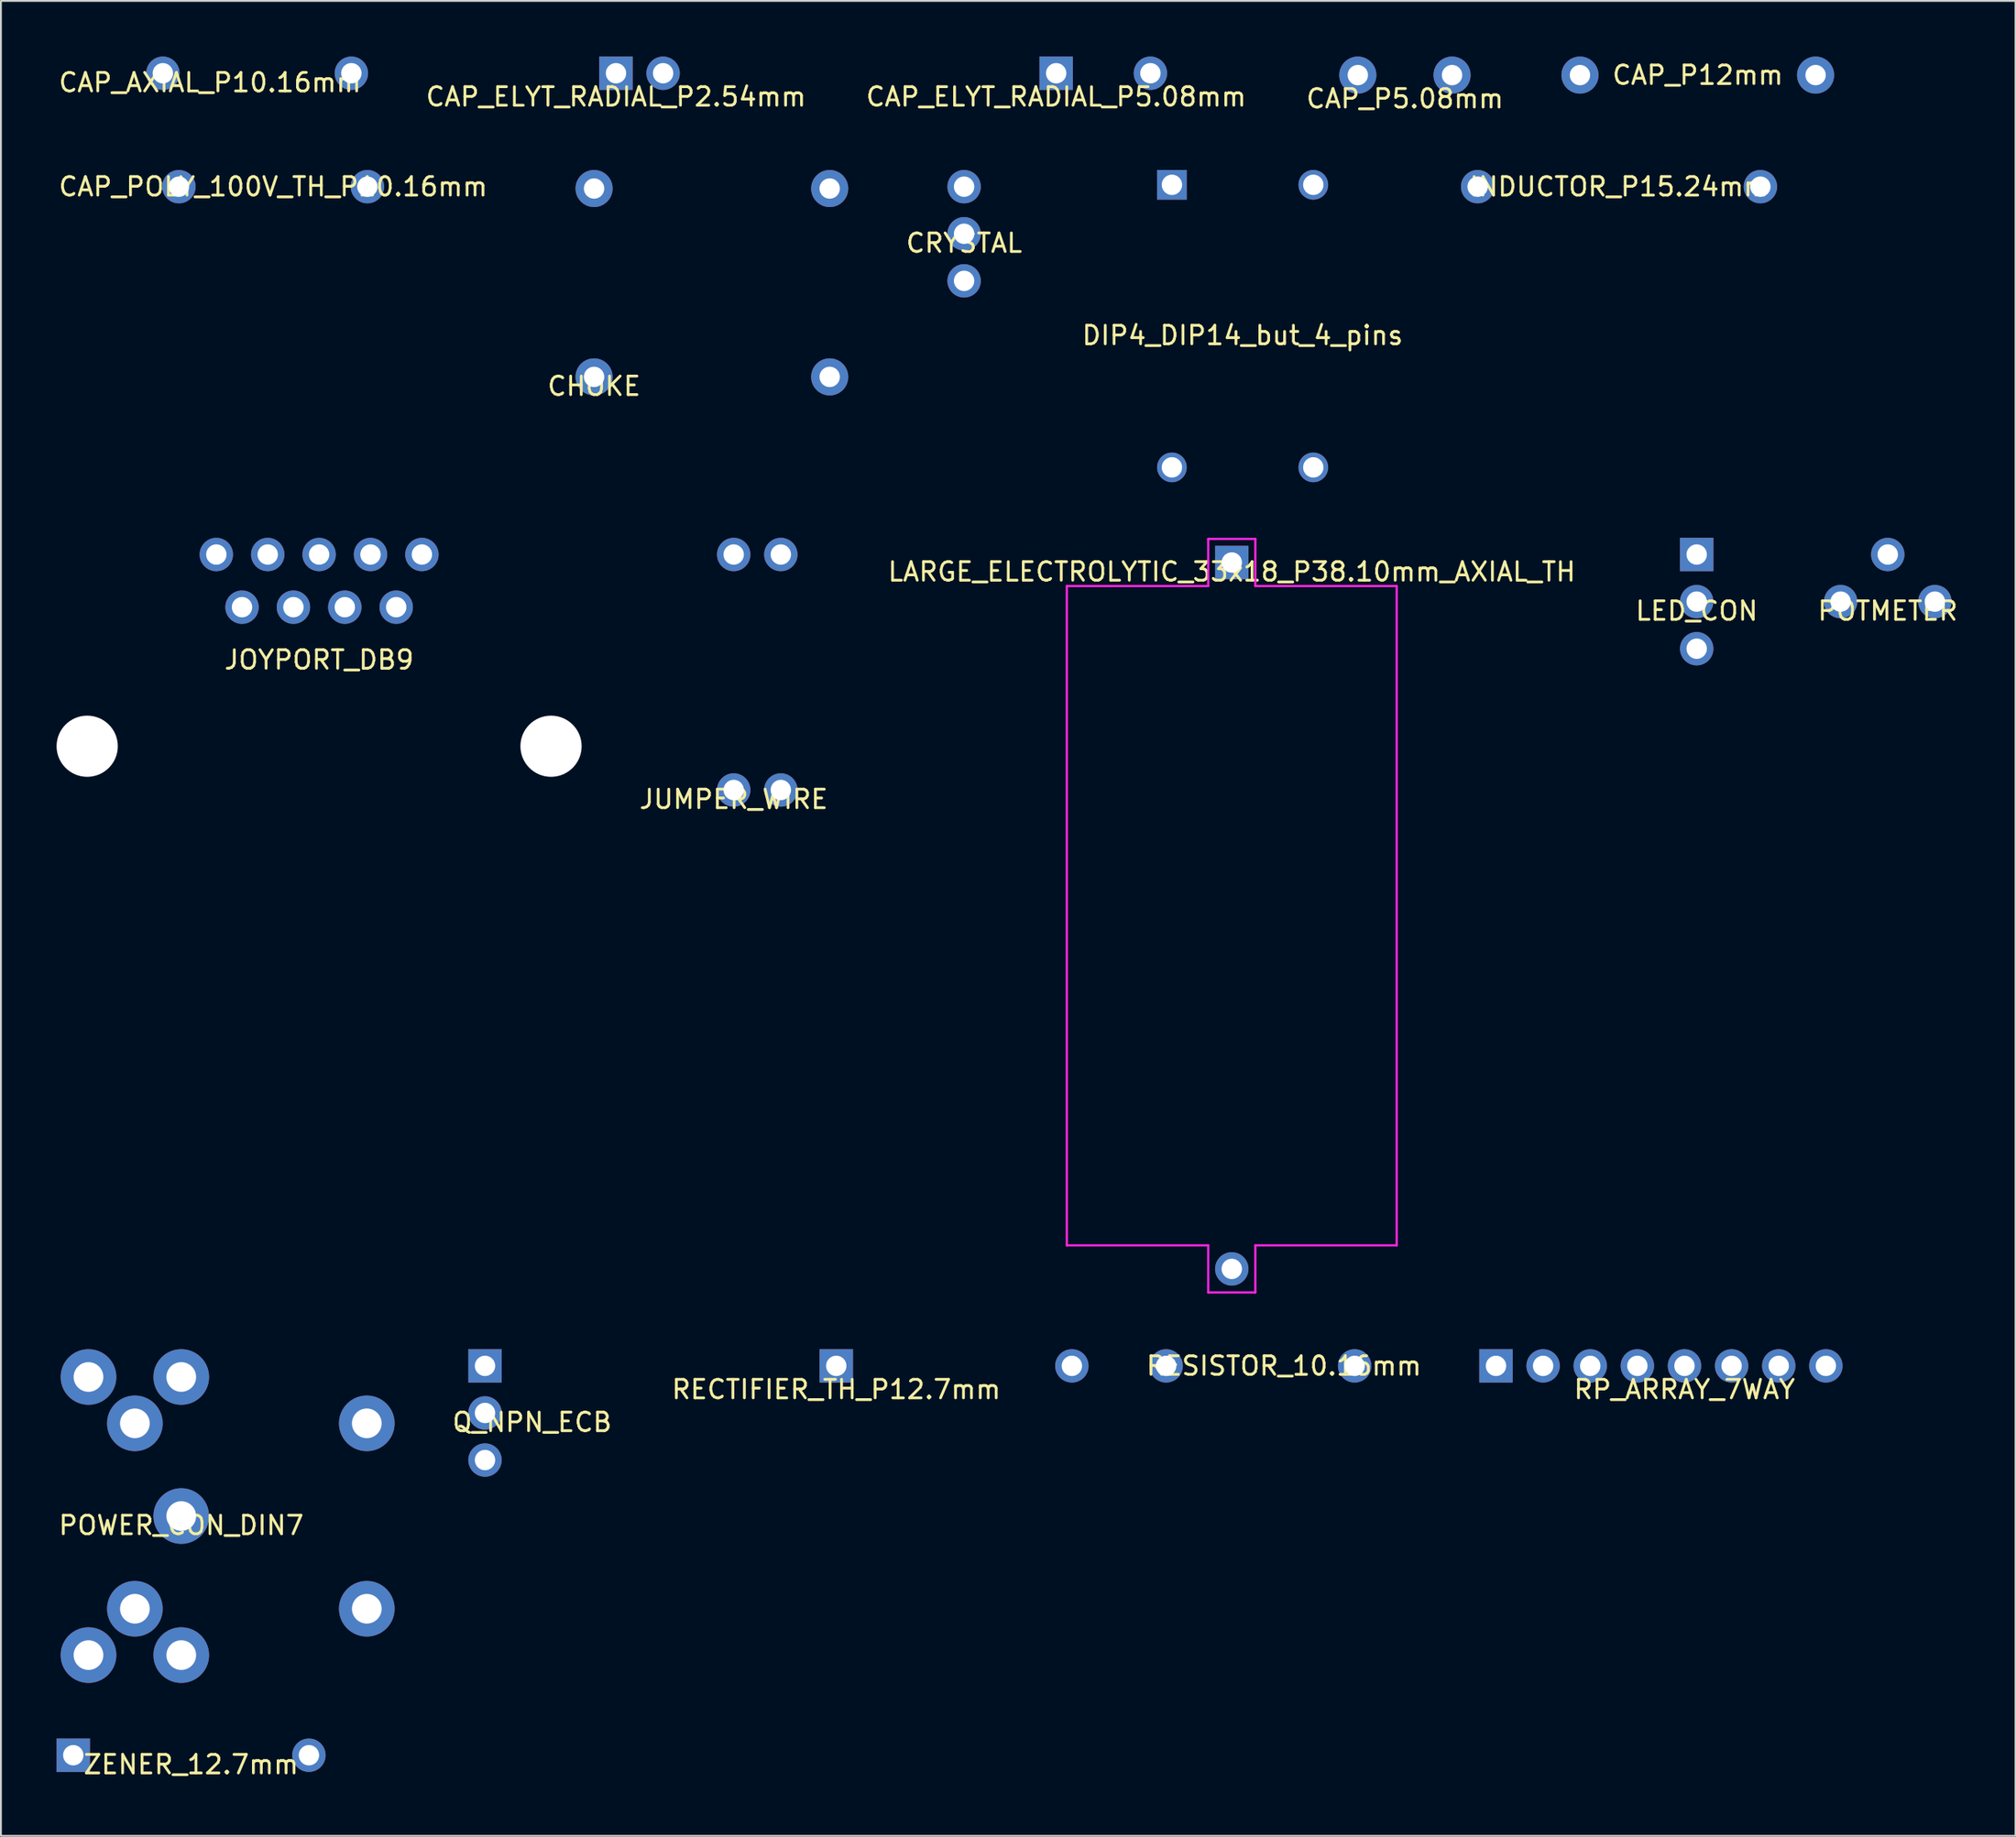
<source format=kicad_pcb>
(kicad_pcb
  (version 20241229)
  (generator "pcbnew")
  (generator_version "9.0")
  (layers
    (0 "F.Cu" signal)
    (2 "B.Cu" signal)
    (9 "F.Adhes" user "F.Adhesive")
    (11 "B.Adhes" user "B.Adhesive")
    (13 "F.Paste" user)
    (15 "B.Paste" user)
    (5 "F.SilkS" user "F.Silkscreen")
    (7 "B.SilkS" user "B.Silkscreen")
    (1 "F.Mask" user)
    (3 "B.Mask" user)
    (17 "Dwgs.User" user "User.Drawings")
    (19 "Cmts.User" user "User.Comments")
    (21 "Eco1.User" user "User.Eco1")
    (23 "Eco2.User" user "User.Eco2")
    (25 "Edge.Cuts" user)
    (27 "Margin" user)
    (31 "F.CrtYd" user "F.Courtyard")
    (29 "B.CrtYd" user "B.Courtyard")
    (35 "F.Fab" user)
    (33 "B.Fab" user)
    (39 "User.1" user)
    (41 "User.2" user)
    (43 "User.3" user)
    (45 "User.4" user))
  (footprint "RP_ARRAY_7WAY"
    (layer "F.Cu")
    (at 77.583 70.618)
    (property "Reference" "RP_ARRAY_7WAY" (at 10.16 1.27 0) (layer "F.SilkS") (effects (font (size 1 1) (thickness 0.15))))
    (attr through_hole)
    (pad "1" thru_hole rect (at 0 0) (size 1.8 1.8) (drill 1.1) (layers "*.Cu" "*.Mask"))
    (pad "2" thru_hole circle (at 2.54 0) (size 1.8 1.8) (drill 1.1) (layers "*.Cu" "*.Mask"))
    (pad "3" thru_hole circle (at 5.08 0) (size 1.8 1.8) (drill 1.1) (layers "*.Cu" "*.Mask"))
    (pad "4" thru_hole circle (at 7.62 0) (size 1.8 1.8) (drill 1.1) (layers "*.Cu" "*.Mask"))
    (pad "5" thru_hole circle (at 10.16 0) (size 1.8 1.8) (drill 1.1) (layers "*.Cu" "*.Mask"))
    (pad "6" thru_hole circle (at 12.7 0) (size 1.8 1.8) (drill 1.1) (layers "*.Cu" "*.Mask"))
    (pad "7" thru_hole circle (at 15.24 0) (size 1.8 1.8) (drill 1.1) (layers "*.Cu" "*.Mask"))
    (pad "8" thru_hole circle (at 17.78 0) (size 1.8 1.8) (drill 1.1) (layers "*.Cu" "*.Mask")))
  (footprint "POWER_CON_DIN7"
    (layer "F.Cu")
    (at 6.72 78.718)
    (property "Reference" "POWER_CON_DIN7" (at 0 0.5 0) (layer "F.SilkS") (effects (font (size 1 1) (thickness 0.15))))
    (attr through_hole)
    (pad "1" thru_hole circle (at 0 -7.5) (size 3 3) (drill 1.6) (layers "*.Cu" "*.Mask"))
    (pad "1" thru_hole circle (at 10 -5) (size 3 3) (drill 1.6) (layers "*.Cu" "*.Mask"))
    (pad "1" thru_hole circle (at 10 5) (size 3 3) (drill 1.6) (layers "*.Cu" "*.Mask"))
    (pad "2" thru_hole circle (at 0 0) (size 3 3) (drill 1.6) (layers "*.Cu" "*.Mask"))
    (pad "3" thru_hole circle (at 0 7.5) (size 3 3) (drill 1.6) (layers "*.Cu" "*.Mask"))
    (pad "4" thru_hole circle (at -2.5 -5) (size 3 3) (drill 1.6) (layers "*.Cu" "*.Mask"))
    (pad "5" thru_hole circle (at -2.5 5) (size 3 3) (drill 1.6) (layers "*.Cu" "*.Mask"))
    (pad "6" thru_hole circle (at -5 -7.5) (size 3 3) (drill 1.6) (layers "*.Cu" "*.Mask"))
    (pad "7" thru_hole circle (at -5 7.5) (size 3 3) (drill 1.6) (layers "*.Cu" "*.Mask")))
  (footprint "LARGE_ELECTROLYTIC_33x18_P38.10mm_AXIAL_TH"
    (layer "F.Cu")
    (at 63.342 27.288)
    (property "Reference" "LARGE_ELECTROLYTIC_33x18_P38.10mm_AXIAL_TH" (at 0 0.5 0) (layer "F.SilkS") (effects (font (size 1 1) (thickness 0.15))))
    (attr through_hole)
    (fp_line (start -8.89 36.83) (end -8.89 1.27) (stroke (width 0.12) (type solid)) (layer "F.CrtYd"))
    (fp_line (start -8.89 36.83) (end -1.27 36.83) (stroke (width 0.12) (type solid)) (layer "F.CrtYd"))
    (fp_line (start -1.27 -1.27) (end -1.27 1.27) (stroke (width 0.12) (type solid)) (layer "F.CrtYd"))
    (fp_line (start -1.27 -1.27) (end 1.27 -1.27) (stroke (width 0.12) (type solid)) (layer "F.CrtYd"))
    (fp_line (start -1.27 1.27) (end -8.89 1.27) (stroke (width 0.12) (type solid)) (layer "F.CrtYd"))
    (fp_line (start -1.27 36.83) (end -1.27 39.37) (stroke (width 0.12) (type solid)) (layer "F.CrtYd"))
    (fp_line (start 1.27 -1.27) (end 1.27 1.27) (stroke (width 0.12) (type solid)) (layer "F.CrtYd"))
    (fp_line (start 1.27 1.27) (end 8.89 1.27) (stroke (width 0.12) (type solid)) (layer "F.CrtYd"))
    (fp_line (start 1.27 36.83) (end 8.89 36.83) (stroke (width 0.12) (type solid)) (layer "F.CrtYd"))
    (fp_line (start 1.27 39.37) (end -1.27 39.37) (stroke (width 0.12) (type solid)) (layer "F.CrtYd"))
    (fp_line (start 1.27 39.37) (end 1.27 36.83) (stroke (width 0.12) (type solid)) (layer "F.CrtYd"))
    (fp_line (start 8.89 1.27) (end 8.89 36.83) (stroke (width 0.12) (type solid)) (layer "F.CrtYd"))
    (pad "1" thru_hole rect (at 0 0) (size 1.8 1.8) (drill 1.1) (layers "*.Cu" "*.Mask"))
    (pad "2" thru_hole circle (at 0 38.1) (size 1.8 1.8) (drill 1.1) (layers "*.Cu" "*.Mask")))
  (footprint "RECTIFIER_TH_P12.7mm"
    (layer "F.Cu")
    (at 42.024 70.618)
    (property "Reference" "RECTIFIER_TH_P12.7mm" (at 0 1.27 0) (layer "F.SilkS") (effects (font (size 1 1) (thickness 0.15))))
    (attr through_hole)
    (pad "1" thru_hole rect (at 0 0) (size 1.8 1.8) (drill 1.1) (layers "*.Cu" "*.Mask"))
    (pad "2" thru_hole circle (at 12.7 0) (size 1.8 1.8) (drill 1.1) (layers "*.Cu" "*.Mask")))
  (footprint "JUMPER_WIRE"
    (layer "F.Cu")
    (at 36.496 39.558)
    (property "Reference" "JUMPER_WIRE" (at 0 0.5 0) (layer "F.SilkS") (effects (font (size 1 1) (thickness 0.15))))
    (attr through_hole)
    (pad "1" thru_hole circle (at 0 -12.7) (size 1.8 1.8) (drill 1.1) (layers "*.Cu" "*.Mask"))
    (pad "2" thru_hole circle (at 2.54 -12.7) (size 1.8 1.8) (drill 1.1) (layers "*.Cu" "*.Mask"))
    (pad "C" thru_hole circle (at 0 0) (size 1.8 1.8) (drill 1.1) (layers "*.Cu" "*.Mask"))
    (pad "C" thru_hole circle (at 2.54 0) (size 1.8 1.8) (drill 1.1) (layers "*.Cu" "*.Mask")))
  (footprint "RESISTOR_10.16mm"
    (layer "F.Cu")
    (at 62.344 70.618)
    (property "Reference" "RESISTOR_10.16mm" (at 3.81 0 0) (layer "F.SilkS") (effects (font (size 1 1) (thickness 0.15))))
    (attr through_hole)
    (pad "1" thru_hole circle (at -2.54 0) (size 1.8 1.8) (drill 1.1) (layers "*.Cu" "*.Mask"))
    (pad "2" thru_hole circle (at 7.62 0) (size 1.8 1.8) (drill 1.1) (layers "*.Cu" "*.Mask")))
  (footprint "CAP_AXIAL_P10.16mm"
    (layer "F.Cu")
    (at 8.268 0.9)
    (property "Reference" "CAP_AXIAL_P10.16mm" (at 0 0.5 0) (layer "F.SilkS") (effects (font (size 1 1) (thickness 0.15))))
    (attr through_hole)
    (pad "1" thru_hole circle (at -2.54 0) (size 1.8 1.8) (drill 1.1) (layers "*.Cu" "*.Mask"))
    (pad "2" thru_hole circle (at 7.62 0) (size 1.8 1.8) (drill 1.1) (layers "*.Cu" "*.Mask")))
  (footprint "CAP_P12mm"
    (layer "F.Cu")
    (at 82.109 1)
    (property "Reference" "CAP_P12mm" (at 6.35 0 0) (layer "F.SilkS") (effects (font (size 1 1) (thickness 0.15))))
    (attr through_hole)
    (pad "1" thru_hole circle (at 0 0) (size 2 2) (drill 1.1) (layers "*.Cu" "*.Mask"))
    (pad "2" thru_hole circle (at 12.7 0) (size 2 2) (drill 1.1) (layers "*.Cu" "*.Mask")))
  (footprint "ZENER_12.7mm"
    (layer "F.Cu")
    (at 0.9 91.618)
    (property "Reference" "ZENER_12.7mm" (at 6.35 0.5 0) (layer "F.SilkS") (effects (font (size 1 1) (thickness 0.15))))
    (attr through_hole)
    (pad "1" thru_hole rect (at 0 0) (size 1.8 1.8) (drill 1.1) (layers "*.Cu" "*.Mask"))
    (pad "2" thru_hole circle (at 12.7 0) (size 1.8 1.8) (drill 1.1) (layers "*.Cu" "*.Mask")))
  (footprint "CAP_ELYT_RADIAL_P5.08mm"
    (layer "F.Cu")
    (at 53.877 0.9)
    (property "Reference" "CAP_ELYT_RADIAL_P5.08mm" (at 0 1.27 0) (layer "F.SilkS") (effects (font (size 1 1) (thickness 0.15))))
    (attr through_hole)
    (pad "1" thru_hole rect (at 0 0) (size 1.8 1.8) (drill 1.1) (layers "*.Cu" "*.Mask"))
    (pad "2" thru_hole circle (at 5.08 0) (size 1.8 1.8) (drill 1.1) (layers "*.Cu" "*.Mask")))
  (footprint "JOYPORT_DB9"
    (layer "F.Cu")
    (at 14.15 29.698)
    (property "Reference" "JOYPORT_DB9" (at 0 2.84 0) (layer "F.SilkS") (effects (font (size 1 1) (thickness 0.15))))
    (attr through_hole)
    (pad "" np_thru_hole circle (at -12.5 7.5) (size 3.3 3.3) (drill 3.3) (layers "*.Cu" "*.Mask"))
    (pad "" np_thru_hole circle (at 12.5 7.5) (size 3.3 3.3) (drill 3.3) (layers "*.Cu" "*.Mask"))
    (pad "1" thru_hole circle (at -5.54 -2.84) (size 1.8 1.8) (drill 1.1) (layers "*.Cu" "*.Mask"))
    (pad "2" thru_hole circle (at -2.77 -2.84) (size 1.8 1.8) (drill 1.1) (layers "*.Cu" "*.Mask"))
    (pad "3" thru_hole circle (at 0 -2.84) (size 1.8 1.8) (drill 1.1) (layers "*.Cu" "*.Mask"))
    (pad "4" thru_hole circle (at 2.77 -2.84) (size 1.8 1.8) (drill 1.1) (layers "*.Cu" "*.Mask"))
    (pad "5" thru_hole circle (at 5.54 -2.84) (size 1.8 1.8) (drill 1.1) (layers "*.Cu" "*.Mask"))
    (pad "6" thru_hole circle (at -4.155 0) (size 1.8 1.8) (drill 1.1) (layers "*.Cu" "*.Mask"))
    (pad "7" thru_hole circle (at -1.385 0) (size 1.8 1.8) (drill 1.1) (layers "*.Cu" "*.Mask"))
    (pad "8" thru_hole circle (at 1.385 0) (size 1.8 1.8) (drill 1.1) (layers "*.Cu" "*.Mask"))
    (pad "9" thru_hole circle (at 4.155 0) (size 1.8 1.8) (drill 1.1) (layers "*.Cu" "*.Mask")))
  (footprint "INDUCTOR_P15.24mm"
    (layer "F.Cu")
    (at 76.594 7.018)
    (property "Reference" "INDUCTOR_P15.24mm" (at 7.62 0 0) (layer "F.SilkS") (effects (font (size 1 1) (thickness 0.15))))
    (attr through_hole)
    (pad "1" thru_hole circle (at 0 0) (size 1.8 1.8) (drill 1.1) (layers "*.Cu" "*.Mask"))
    (pad "2" thru_hole circle (at 15.24 0) (size 1.8 1.8) (drill 1.1) (layers "*.Cu" "*.Mask")))
  (footprint "DIP4_DIP14_but_4_pins"
    (layer "F.Cu")
    (at 63.926 14.538)
    (property "Reference" "DIP4_DIP14_but_4_pins" (at 0 0.5 0) (layer "F.SilkS") (effects (font (size 1 1) (thickness 0.15))))
    (attr through_hole)
    (pad "1" thru_hole rect (at -3.81 -7.62) (size 1.6 1.6) (drill 1.1) (layers "*.Cu" "*.Mask"))
    (pad "2" thru_hole circle (at -3.81 7.62) (size 1.6 1.6) (drill 1.1) (layers "*.Cu" "*.Mask"))
    (pad "3" thru_hole circle (at 3.81 7.62) (size 1.6 1.6) (drill 1.1) (layers "*.Cu" "*.Mask"))
    (pad "4" thru_hole circle (at 3.81 -7.62) (size 1.6 1.6) (drill 1.1) (layers "*.Cu" "*.Mask")))
  (footprint "Q_NPN_ECB"
    (layer "F.Cu")
    (at 23.091 73.158)
    (property "Reference" "Q_NPN_ECB" (at 2.54 0.5 0) (layer "F.SilkS") (effects (font (size 1 1) (thickness 0.15))))
    (attr through_hole)
    (pad "1" thru_hole rect (at 0 -2.54) (size 1.8 1.8) (drill 1.1) (layers "*.Cu" "*.Mask"))
    (pad "2" thru_hole circle (at 0 0) (size 1.8 1.8) (drill 1.1) (layers "*.Cu" "*.Mask"))
    (pad "3" thru_hole circle (at 0 2.54) (size 1.8 1.8) (drill 1.1) (layers "*.Cu" "*.Mask")))
  (footprint "POTMETER"
    (layer "F.Cu")
    (at 98.699 29.398)
    (property "Reference" "POTMETER" (at 0 0.5 0) (layer "F.SilkS") (effects (font (size 1 1) (thickness 0.15))))
    (attr through_hole)
    (pad "1" thru_hole circle (at 2.54 0) (size 1.8 1.8) (drill 1.1) (layers "*.Cu" "*.Mask"))
    (pad "2" thru_hole circle (at -2.54 0) (size 1.8 1.8) (drill 1.1) (layers "*.Cu" "*.Mask"))
    (pad "3" thru_hole circle (at 0 -2.54) (size 1.8 1.8) (drill 1.1) (layers "*.Cu" "*.Mask")))
  (footprint "CAP_ELYT_RADIAL_P2.54mm"
    (layer "F.Cu")
    (at 30.151 0.9)
    (property "Reference" "CAP_ELYT_RADIAL_P2.54mm" (at 0 1.27 0) (layer "F.SilkS") (effects (font (size 1 1) (thickness 0.15))))
    (attr through_hole)
    (pad "1" thru_hole rect (at 0 0) (size 1.8 1.8) (drill 1.1) (layers "*.Cu" "*.Mask"))
    (pad "2" thru_hole circle (at 2.54 0) (size 1.8 1.8) (drill 1.1) (layers "*.Cu" "*.Mask")))
  (footprint "CAP_P5.08mm"
    (layer "F.Cu")
    (at 70.135 1)
    (property "Reference" "CAP_P5.08mm" (at 2.54 1.27 0) (layer "F.SilkS") (effects (font (size 1 1) (thickness 0.15))))
    (attr through_hole)
    (pad "1" thru_hole circle (at 0 0) (size 2 2) (drill 1.1) (layers "*.Cu" "*.Mask"))
    (pad "2" thru_hole circle (at 5.08 0) (size 2 2) (drill 1.1) (layers "*.Cu" "*.Mask")))
  (footprint "LED_CON"
    (layer "F.Cu")
    (at 88.401 26.858)
    (property "Reference" "LED_CON" (at 0 3.04 0) (layer "F.SilkS") (effects (font (size 1 1) (thickness 0.15))))
    (attr through_hole)
    (pad "1" thru_hole rect (at 0 0) (size 1.8 1.8) (drill 1.1) (layers "*.Cu" "*.Mask"))
    (pad "2" thru_hole circle (at 0 2.54) (size 1.8 1.8) (drill 1.1) (layers "*.Cu" "*.Mask"))
    (pad "3" thru_hole circle (at 0 5.08) (size 1.8 1.8) (drill 1.1) (layers "*.Cu" "*.Mask")))
  (footprint "CAP_POLY_100V_TH_P10.16mm"
    (layer "F.Cu")
    (at 6.593 7.018)
    (property "Reference" "CAP_POLY_100V_TH_P10.16mm" (at 5.08 0 0) (layer "F.SilkS") (effects (font (size 1 1) (thickness 0.15))))
    (attr through_hole)
    (pad "1" thru_hole circle (at 0 0) (size 1.8 1.8) (drill 1.1) (layers "*.Cu" "*.Mask"))
    (pad "2" thru_hole circle (at 10.16 0) (size 1.8 1.8) (drill 1.1) (layers "*.Cu" "*.Mask")))
  (footprint "CHOKE"
    (layer "F.Cu")
    (at 28.97 17.278)
    (property "Reference" "CHOKE" (at 0 0.5 0) (layer "F.SilkS") (effects (font (size 1 1) (thickness 0.15))))
    (attr through_hole)
    (pad "1" thru_hole circle (at 0 0) (size 2 2) (drill 1.1) (layers "*.Cu" "*.Mask"))
    (pad "2" thru_hole circle (at 0 -10.16) (size 2 2) (drill 1.1) (layers "*.Cu" "*.Mask"))
    (pad "3" thru_hole circle (at 12.7 -10.16) (size 2 2) (drill 1.1) (layers "*.Cu" "*.Mask"))
    (pad "4" thru_hole circle (at 12.7 0) (size 2 2) (drill 1.1) (layers "*.Cu" "*.Mask")))
  (footprint "CRYSTAL"
    (layer "F.Cu")
    (at 48.914 9.558)
    (property "Reference" "CRYSTAL" (at 0 0.5 0) (layer "F.SilkS") (effects (font (size 1 1) (thickness 0.15))))
    (attr through_hole)
    (pad "1" thru_hole circle (at 0 -2.54) (size 1.8 1.8) (drill 1.1) (layers "*.Cu" "*.Mask"))
    (pad "2" thru_hole circle (at 0 2.54) (size 1.8 1.8) (drill 1.1) (layers "*.Cu" "*.Mask"))
    (pad "3" thru_hole circle (at 0 0) (size 1.8 1.8) (drill 1.1) (layers "*.Cu" "*.Mask")))
  (gr_rect
    (start -3 -3)
    (end 105.586 95.966)
    (stroke (width 0.1) (type default))
    (fill no)
    (layer "Edge.Cuts")))
</source>
